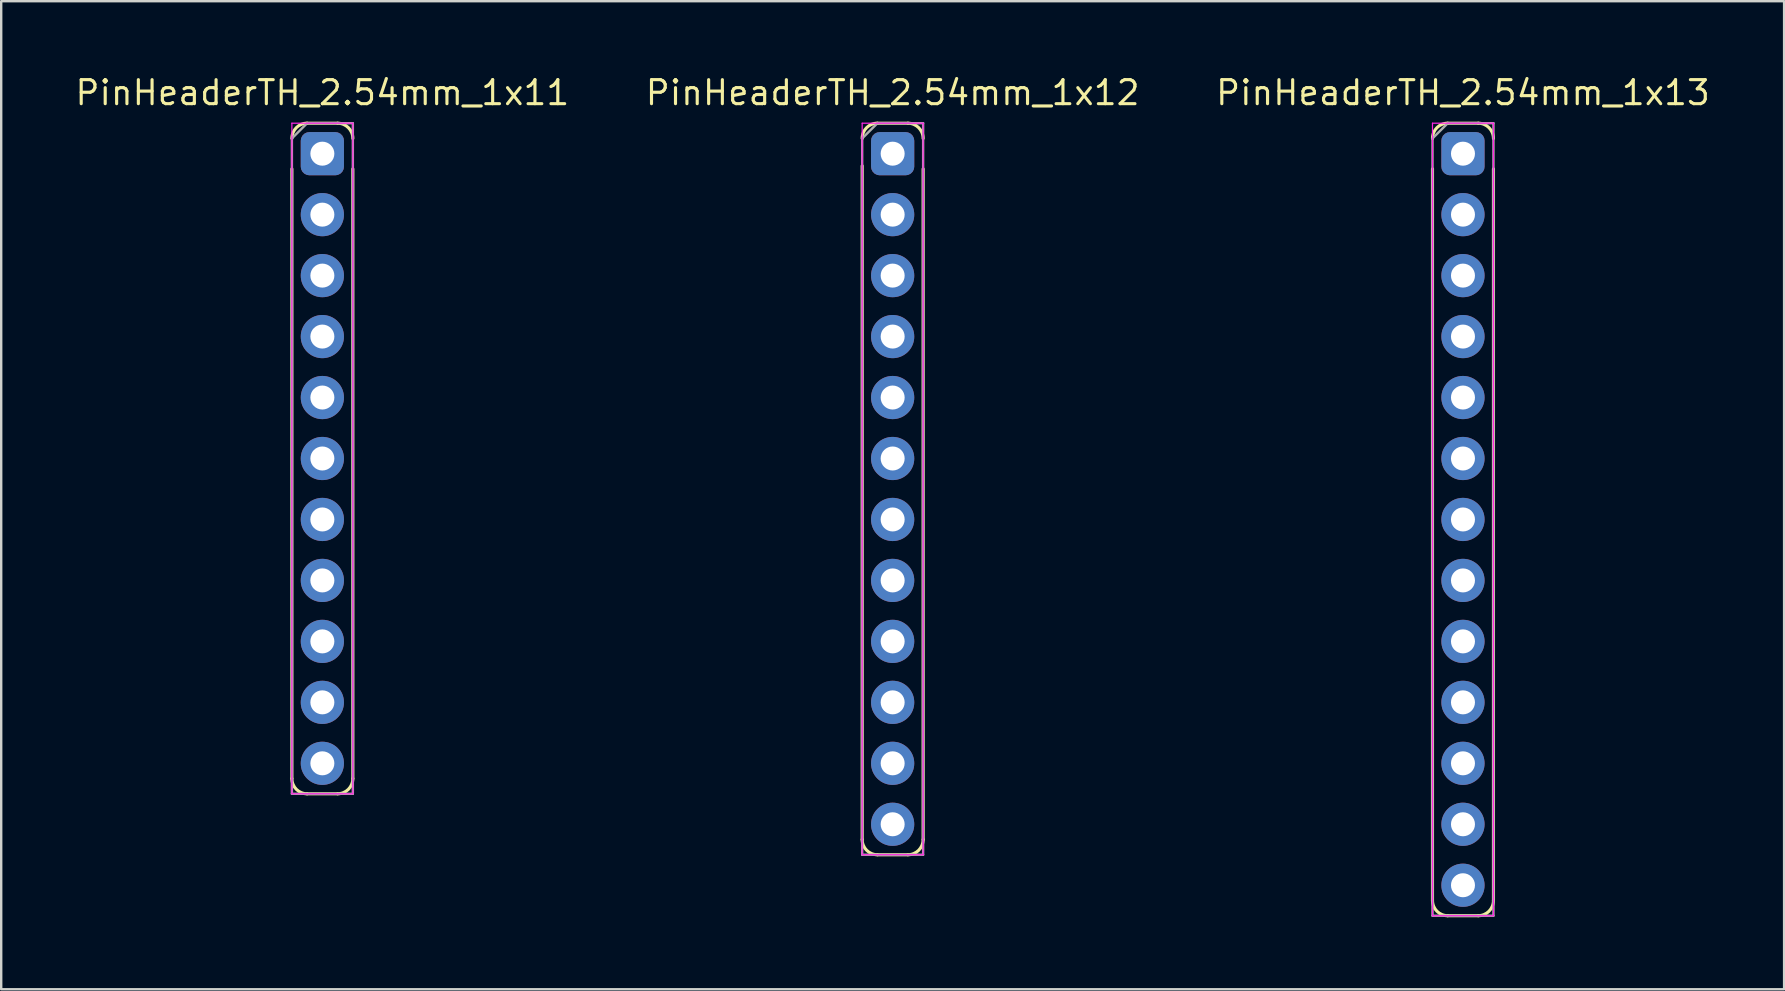
<source format=kicad_pcb>
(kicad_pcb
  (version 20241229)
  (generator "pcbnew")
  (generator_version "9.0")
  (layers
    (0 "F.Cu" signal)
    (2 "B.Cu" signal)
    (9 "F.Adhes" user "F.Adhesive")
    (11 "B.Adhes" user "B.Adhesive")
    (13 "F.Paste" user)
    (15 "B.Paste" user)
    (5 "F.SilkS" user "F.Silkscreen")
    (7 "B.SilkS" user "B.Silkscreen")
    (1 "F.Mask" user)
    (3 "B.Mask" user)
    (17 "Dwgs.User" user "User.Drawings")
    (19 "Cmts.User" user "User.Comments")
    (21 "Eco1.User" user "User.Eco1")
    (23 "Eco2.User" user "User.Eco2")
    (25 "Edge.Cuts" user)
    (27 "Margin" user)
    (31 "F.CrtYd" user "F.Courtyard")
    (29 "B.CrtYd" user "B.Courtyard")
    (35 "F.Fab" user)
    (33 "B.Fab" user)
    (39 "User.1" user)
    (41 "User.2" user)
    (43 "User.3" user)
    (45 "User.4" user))
  (footprint "PinHeaderTH_2.54mm_1x12"
    (layer "F.Cu")
    (at 34.142 3.353)
    (property "Reference" "PinHeaderTH_2.54mm_1x12" (at 0 -2.54 0) (layer "F.SilkS") (effects (font (size 1 1) (thickness 0.13))))
    (attr through_hole)
    (fp_line (start -1.27 0.508) (end -1.27 28.575) (stroke (width 0.13) (type solid)) (layer "F.SilkS"))
    (fp_line (start -0.635 -1.27) (end 0.635 -1.27) (stroke (width 0.13) (type solid)) (layer "F.SilkS"))
    (fp_line (start -0.635 29.21) (end 0.635 29.21) (stroke (width 0.13) (type solid)) (layer "F.SilkS"))
    (fp_line (start 1.27 0.635) (end 1.27 28.575) (stroke (width 0.13) (type solid)) (layer "F.SilkS"))
    (fp_arc (start -1.27 -0.635) (mid -1.084013 -1.084013) (end -0.635 -1.27) (stroke (width 0.13) (type solid)) (layer "F.SilkS"))
    (fp_arc (start -0.635 29.21) (mid -1.084013 29.024013) (end -1.27 28.575) (stroke (width 0.13) (type solid)) (layer "F.SilkS"))
    (fp_arc (start 0.635 -1.27) (mid 1.084013 -1.084013) (end 1.27 -0.635) (stroke (width 0.13) (type solid)) (layer "F.SilkS"))
    (fp_arc (start 1.27 28.575) (mid 1.084013 29.024013) (end 0.635 29.21) (stroke (width 0.13) (type solid)) (layer "F.SilkS"))
    (fp_line (start -1.27 -1.27) (end -1.27 29.21) (stroke (width 0.05) (type solid)) (layer "F.CrtYd"))
    (fp_line (start -1.27 -1.27) (end 1.27 -1.27) (stroke (width 0.05) (type solid)) (layer "F.CrtYd"))
    (fp_line (start -1.27 29.21) (end 1.27 29.21) (stroke (width 0.05) (type solid)) (layer "F.CrtYd"))
    (fp_line (start 1.27 29.21) (end 1.27 -1.27) (stroke (width 0.05) (type solid)) (layer "F.CrtYd"))
    (fp_line (start -1.27 -0.635) (end -0.635 -1.27) (stroke (width 0.1) (type solid)) (layer "F.Fab"))
    (fp_line (start -1.27 29.21) (end -1.27 -0.635) (stroke (width 0.1) (type solid)) (layer "F.Fab"))
    (fp_line (start -0.635 -1.27) (end 1.27 -1.27) (stroke (width 0.1) (type solid)) (layer "F.Fab"))
    (fp_line (start 1.27 -1.27) (end 1.27 29.21) (stroke (width 0.1) (type solid)) (layer "F.Fab"))
    (fp_line (start 1.27 29.21) (end -1.27 29.21) (stroke (width 0.1) (type solid)) (layer "F.Fab"))
    (pad "1" thru_hole roundrect (at 0 0) (size 1.8 1.8) (drill 1) (layers "*.Cu" "*.Mask") (roundrect_rratio 0.2))
    (pad "2" thru_hole oval (at 0 2.54) (size 1.8 1.8) (drill 1) (layers "*.Cu" "*.Mask"))
    (pad "3" thru_hole oval (at 0 5.08) (size 1.8 1.8) (drill 1) (layers "*.Cu" "*.Mask"))
    (pad "4" thru_hole oval (at 0 7.62) (size 1.8 1.8) (drill 1) (layers "*.Cu" "*.Mask"))
    (pad "5" thru_hole oval (at 0 10.16) (size 1.8 1.8) (drill 1) (layers "*.Cu" "*.Mask"))
    (pad "6" thru_hole oval (at 0 12.7) (size 1.8 1.8) (drill 1) (layers "*.Cu" "*.Mask"))
    (pad "7" thru_hole oval (at 0 15.24) (size 1.8 1.8) (drill 1) (layers "*.Cu" "*.Mask"))
    (pad "8" thru_hole oval (at 0 17.78) (size 1.8 1.8) (drill 1) (layers "*.Cu" "*.Mask"))
    (pad "9" thru_hole oval (at 0 20.32) (size 1.8 1.8) (drill 1) (layers "*.Cu" "*.Mask"))
    (pad "10" thru_hole oval (at 0 22.86) (size 1.8 1.8) (drill 1) (layers "*.Cu" "*.Mask"))
    (pad "11" thru_hole oval (at 0 25.4) (size 1.8 1.8) (drill 1) (layers "*.Cu" "*.Mask"))
    (pad "12" thru_hole oval (at 0 27.94) (size 1.8 1.8) (drill 1) (layers "*.Cu" "*.Mask")))
  (footprint "PinHeaderTH_2.54mm_1x13"
    (layer "F.Cu")
    (at 57.904 3.353)
    (property "Reference" "PinHeaderTH_2.54mm_1x13" (at 0 -2.54 0) (layer "F.SilkS") (effects (font (size 1 1) (thickness 0.13))))
    (attr through_hole)
    (fp_line (start -1.27 0.635) (end -1.27 31.115) (stroke (width 0.13) (type solid)) (layer "F.SilkS"))
    (fp_line (start -0.635 -1.27) (end 0.635 -1.27) (stroke (width 0.13) (type solid)) (layer "F.SilkS"))
    (fp_line (start -0.635 31.75) (end 0.635 31.75) (stroke (width 0.13) (type solid)) (layer "F.SilkS"))
    (fp_line (start 1.27 0.635) (end 1.27 31.115) (stroke (width 0.13) (type solid)) (layer "F.SilkS"))
    (fp_arc (start -1.27 -0.635) (mid -1.084013 -1.084013) (end -0.635 -1.27) (stroke (width 0.13) (type solid)) (layer "F.SilkS"))
    (fp_arc (start -0.635 31.75) (mid -1.084013 31.564013) (end -1.27 31.115) (stroke (width 0.13) (type solid)) (layer "F.SilkS"))
    (fp_arc (start 0.635 -1.27) (mid 1.084013 -1.084013) (end 1.27 -0.635) (stroke (width 0.13) (type solid)) (layer "F.SilkS"))
    (fp_arc (start 1.27 31.115) (mid 1.084013 31.564013) (end 0.635 31.75) (stroke (width 0.13) (type solid)) (layer "F.SilkS"))
    (fp_line (start -1.27 -1.27) (end -1.27 31.75) (stroke (width 0.05) (type solid)) (layer "F.CrtYd"))
    (fp_line (start -1.27 -1.27) (end 1.27 -1.27) (stroke (width 0.05) (type solid)) (layer "F.CrtYd"))
    (fp_line (start -1.27 31.75) (end 1.27 31.75) (stroke (width 0.05) (type solid)) (layer "F.CrtYd"))
    (fp_line (start 1.27 31.75) (end 1.27 -1.27) (stroke (width 0.05) (type solid)) (layer "F.CrtYd"))
    (fp_line (start -1.27 -0.635) (end -0.635 -1.27) (stroke (width 0.1) (type solid)) (layer "F.Fab"))
    (fp_line (start -1.27 31.75) (end -1.27 -0.635) (stroke (width 0.1) (type solid)) (layer "F.Fab"))
    (fp_line (start -0.635 -1.27) (end 1.27 -1.27) (stroke (width 0.1) (type solid)) (layer "F.Fab"))
    (fp_line (start 1.27 -1.27) (end 1.27 31.75) (stroke (width 0.1) (type solid)) (layer "F.Fab"))
    (fp_line (start 1.27 31.75) (end -1.27 31.75) (stroke (width 0.1) (type solid)) (layer "F.Fab"))
    (pad "1" thru_hole roundrect (at 0 0) (size 1.8 1.8) (drill 1) (layers "*.Cu" "*.Mask") (roundrect_rratio 0.2))
    (pad "2" thru_hole oval (at 0 2.54) (size 1.8 1.8) (drill 1) (layers "*.Cu" "*.Mask"))
    (pad "3" thru_hole oval (at 0 5.08) (size 1.8 1.8) (drill 1) (layers "*.Cu" "*.Mask"))
    (pad "4" thru_hole oval (at 0 7.62) (size 1.8 1.8) (drill 1) (layers "*.Cu" "*.Mask"))
    (pad "5" thru_hole oval (at 0 10.16) (size 1.8 1.8) (drill 1) (layers "*.Cu" "*.Mask"))
    (pad "6" thru_hole oval (at 0 12.7) (size 1.8 1.8) (drill 1) (layers "*.Cu" "*.Mask"))
    (pad "7" thru_hole oval (at 0 15.24) (size 1.8 1.8) (drill 1) (layers "*.Cu" "*.Mask"))
    (pad "8" thru_hole oval (at 0 17.78) (size 1.8 1.8) (drill 1) (layers "*.Cu" "*.Mask"))
    (pad "9" thru_hole oval (at 0 20.32) (size 1.8 1.8) (drill 1) (layers "*.Cu" "*.Mask"))
    (pad "10" thru_hole oval (at 0 22.86) (size 1.8 1.8) (drill 1) (layers "*.Cu" "*.Mask"))
    (pad "11" thru_hole oval (at 0 25.4) (size 1.8 1.8) (drill 1) (layers "*.Cu" "*.Mask"))
    (pad "12" thru_hole oval (at 0 27.94) (size 1.8 1.8) (drill 1) (layers "*.Cu" "*.Mask"))
    (pad "13" thru_hole oval (at 0 30.48) (size 1.8 1.8) (drill 1) (layers "*.Cu" "*.Mask")))
  (footprint "PinHeaderTH_2.54mm_1x11"
    (layer "F.Cu")
    (at 10.381 3.353)
    (property "Reference" "PinHeaderTH_2.54mm_1x11" (at 0 -2.54 0) (layer "F.SilkS") (effects (font (size 1 1) (thickness 0.13))))
    (attr through_hole)
    (fp_line (start -1.27 0.635) (end -1.27 26.035) (stroke (width 0.13) (type solid)) (layer "F.SilkS"))
    (fp_line (start -0.635 -1.27) (end 0.635 -1.27) (stroke (width 0.13) (type solid)) (layer "F.SilkS"))
    (fp_line (start -0.635 26.67) (end 0.635 26.67) (stroke (width 0.13) (type solid)) (layer "F.SilkS"))
    (fp_line (start 1.27 0.635) (end 1.27 26.035) (stroke (width 0.13) (type solid)) (layer "F.SilkS"))
    (fp_arc (start -1.27 -0.635) (mid -1.084013 -1.084013) (end -0.635 -1.27) (stroke (width 0.13) (type solid)) (layer "F.SilkS"))
    (fp_arc (start -0.635 26.67) (mid -1.084013 26.484013) (end -1.27 26.035) (stroke (width 0.13) (type solid)) (layer "F.SilkS"))
    (fp_arc (start 0.635 -1.27) (mid 1.084013 -1.084013) (end 1.27 -0.635) (stroke (width 0.13) (type solid)) (layer "F.SilkS"))
    (fp_arc (start 1.27 26.035) (mid 1.084013 26.484013) (end 0.635 26.67) (stroke (width 0.13) (type solid)) (layer "F.SilkS"))
    (fp_line (start -1.27 -1.27) (end -1.27 26.67) (stroke (width 0.05) (type solid)) (layer "F.CrtYd"))
    (fp_line (start -1.27 -1.27) (end 1.27 -1.27) (stroke (width 0.05) (type solid)) (layer "F.CrtYd"))
    (fp_line (start -1.27 26.67) (end 1.27 26.67) (stroke (width 0.05) (type solid)) (layer "F.CrtYd"))
    (fp_line (start 1.27 26.67) (end 1.27 -1.27) (stroke (width 0.05) (type solid)) (layer "F.CrtYd"))
    (fp_line (start -1.27 -0.635) (end -0.635 -1.27) (stroke (width 0.1) (type solid)) (layer "F.Fab"))
    (fp_line (start -1.27 26.67) (end -1.27 -0.635) (stroke (width 0.1) (type solid)) (layer "F.Fab"))
    (fp_line (start -0.635 -1.27) (end 1.27 -1.27) (stroke (width 0.1) (type solid)) (layer "F.Fab"))
    (fp_line (start 1.27 -1.27) (end 1.27 26.67) (stroke (width 0.1) (type solid)) (layer "F.Fab"))
    (fp_line (start 1.27 26.67) (end -1.27 26.67) (stroke (width 0.1) (type solid)) (layer "F.Fab"))
    (pad "1" thru_hole roundrect (at 0 0) (size 1.8 1.8) (drill 1) (layers "*.Cu" "*.Mask") (roundrect_rratio 0.2))
    (pad "2" thru_hole oval (at 0 2.54) (size 1.8 1.8) (drill 1) (layers "*.Cu" "*.Mask"))
    (pad "3" thru_hole oval (at 0 5.08) (size 1.8 1.8) (drill 1) (layers "*.Cu" "*.Mask"))
    (pad "4" thru_hole oval (at 0 7.62) (size 1.8 1.8) (drill 1) (layers "*.Cu" "*.Mask"))
    (pad "5" thru_hole oval (at 0 10.16) (size 1.8 1.8) (drill 1) (layers "*.Cu" "*.Mask"))
    (pad "6" thru_hole oval (at 0 12.7) (size 1.8 1.8) (drill 1) (layers "*.Cu" "*.Mask"))
    (pad "7" thru_hole oval (at 0 15.24) (size 1.8 1.8) (drill 1) (layers "*.Cu" "*.Mask"))
    (pad "8" thru_hole oval (at 0 17.78) (size 1.8 1.8) (drill 1) (layers "*.Cu" "*.Mask"))
    (pad "9" thru_hole oval (at 0 20.32) (size 1.8 1.8) (drill 1) (layers "*.Cu" "*.Mask"))
    (pad "10" thru_hole oval (at 0 22.86) (size 1.8 1.8) (drill 1) (layers "*.Cu" "*.Mask"))
    (pad "11" thru_hole oval (at 0 25.4) (size 1.8 1.8) (drill 1) (layers "*.Cu" "*.Mask")))
  (gr_rect
    (start -3 -3)
    (end 71.284 38.168)
    (stroke (width 0.1) (type default))
    (fill no)
    (layer "Edge.Cuts")))
</source>
